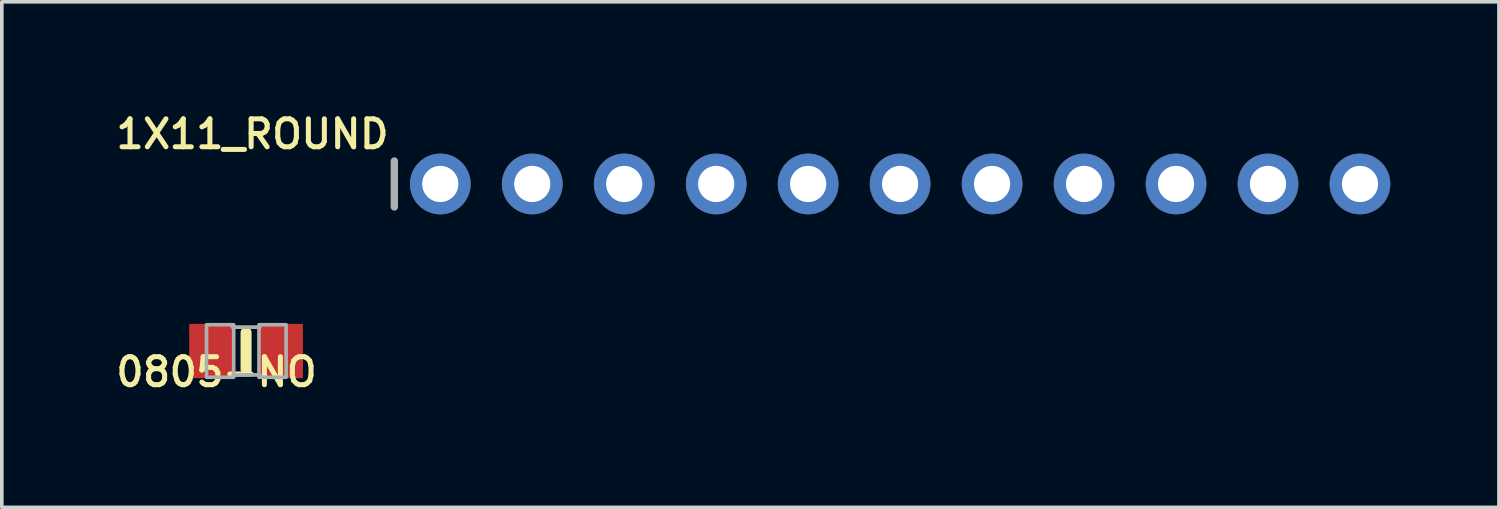
<source format=kicad_pcb>
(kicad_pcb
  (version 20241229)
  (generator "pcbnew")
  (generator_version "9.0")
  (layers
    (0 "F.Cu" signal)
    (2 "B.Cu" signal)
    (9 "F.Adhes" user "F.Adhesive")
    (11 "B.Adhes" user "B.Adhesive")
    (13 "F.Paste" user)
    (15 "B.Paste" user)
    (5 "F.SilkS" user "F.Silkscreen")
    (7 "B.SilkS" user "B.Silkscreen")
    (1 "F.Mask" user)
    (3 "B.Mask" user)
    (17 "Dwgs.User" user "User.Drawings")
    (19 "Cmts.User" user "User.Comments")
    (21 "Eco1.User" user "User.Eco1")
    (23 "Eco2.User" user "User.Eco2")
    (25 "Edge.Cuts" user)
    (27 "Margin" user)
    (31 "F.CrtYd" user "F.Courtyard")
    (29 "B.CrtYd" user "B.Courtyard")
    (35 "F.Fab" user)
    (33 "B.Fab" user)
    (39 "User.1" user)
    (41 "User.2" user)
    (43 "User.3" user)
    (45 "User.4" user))
  (footprint "0805-NO"
    (layer "F.Cu")
    (at 3.746 6.645)
    (property "Reference" "0805-NO" (at 2.032 0.127 180) (layer "F.SilkS") (effects (font (size 0.772 0.772) (thickness 0.139)) (justify right top)))
    (attr through_hole)
    (fp_line (start 0 -0.508) (end 0 0.508) (stroke (width 0.305) (type solid)) (layer "F.SilkS"))
    (fp_line (start -0.381 -0.66) (end 0.381 -0.66) (stroke (width 0.102) (type solid)) (layer "F.Fab"))
    (fp_line (start -0.356 0.66) (end 0.381 0.66) (stroke (width 0.102) (type solid)) (layer "F.Fab"))
    (fp_poly (pts (xy -1.092 0.724) (xy -0.342 0.724) (xy -0.342 -0.726) (xy -1.092 -0.726)) (stroke (width 0.1) (type solid)) (fill no) (layer "F.Fab"))
    (fp_poly (pts (xy 0.356 0.724) (xy 1.106 0.724) (xy 1.106 -0.726) (xy 0.356 -0.726)) (stroke (width 0.1) (type solid)) (fill no) (layer "F.Fab"))
    (pad "1" smd rect (at -0.95 0) (size 1.24 1.5) (layers "F.Cu" "F.Mask" "F.Paste"))
    (pad "2" smd rect (at 0.95 0) (size 1.24 1.5) (layers "F.Cu" "F.Mask" "F.Paste")))
  (footprint "1X11_ROUND"
    (layer "F.Cu")
    (at 21.81 2.031)
    (property "Reference" "1X11_ROUND" (at -14.046 -1.829 180) (layer "F.SilkS") (effects (font (size 0.772 0.772) (thickness 0.139)) (justify right top)))
    (attr through_hole)
    (fp_line (start -13.97 -0.635) (end -13.97 0.635) (stroke (width 0.203) (type solid)) (layer "F.Fab"))
    (fp_poly (pts (xy -12.954 0.254) (xy -12.446 0.254) (xy -12.446 -0.254) (xy -12.954 -0.254)) (stroke (width 0.1) (type solid)) (fill no) (layer "F.Fab"))
    (fp_poly (pts (xy -10.414 0.254) (xy -9.906 0.254) (xy -9.906 -0.254) (xy -10.414 -0.254)) (stroke (width 0.1) (type solid)) (fill no) (layer "F.Fab"))
    (fp_poly (pts (xy -7.874 0.254) (xy -7.366 0.254) (xy -7.366 -0.254) (xy -7.874 -0.254)) (stroke (width 0.1) (type solid)) (fill no) (layer "F.Fab"))
    (fp_poly (pts (xy -5.334 0.254) (xy -4.826 0.254) (xy -4.826 -0.254) (xy -5.334 -0.254)) (stroke (width 0.1) (type solid)) (fill no) (layer "F.Fab"))
    (fp_poly (pts (xy -2.794 0.254) (xy -2.286 0.254) (xy -2.286 -0.254) (xy -2.794 -0.254)) (stroke (width 0.1) (type solid)) (fill no) (layer "F.Fab"))
    (fp_poly (pts (xy -0.254 0.254) (xy 0.254 0.254) (xy 0.254 -0.254) (xy -0.254 -0.254)) (stroke (width 0.1) (type solid)) (fill no) (layer "F.Fab"))
    (fp_poly (pts (xy 2.286 0.254) (xy 2.794 0.254) (xy 2.794 -0.254) (xy 2.286 -0.254)) (stroke (width 0.1) (type solid)) (fill no) (layer "F.Fab"))
    (fp_poly (pts (xy 4.826 0.254) (xy 5.334 0.254) (xy 5.334 -0.254) (xy 4.826 -0.254)) (stroke (width 0.1) (type solid)) (fill no) (layer "F.Fab"))
    (fp_poly (pts (xy 7.366 0.254) (xy 7.874 0.254) (xy 7.874 -0.254) (xy 7.366 -0.254)) (stroke (width 0.1) (type solid)) (fill no) (layer "F.Fab"))
    (fp_poly (pts (xy 9.906 0.254) (xy 10.414 0.254) (xy 10.414 -0.254) (xy 9.906 -0.254)) (stroke (width 0.1) (type solid)) (fill no) (layer "F.Fab"))
    (fp_poly (pts (xy 12.446 0.254) (xy 12.954 0.254) (xy 12.954 -0.254) (xy 12.446 -0.254)) (stroke (width 0.1) (type solid)) (fill no) (layer "F.Fab"))
    (pad "1" thru_hole circle (at -12.7 0 90) (size 1.676 1.676) (drill 1) (layers "*.Cu" "*.Mask"))
    (pad "2" thru_hole circle (at -10.16 0 90) (size 1.676 1.676) (drill 1) (layers "*.Cu" "*.Mask"))
    (pad "3" thru_hole circle (at -7.62 0 90) (size 1.676 1.676) (drill 1) (layers "*.Cu" "*.Mask"))
    (pad "4" thru_hole circle (at -5.08 0 90) (size 1.676 1.676) (drill 1) (layers "*.Cu" "*.Mask"))
    (pad "5" thru_hole circle (at -2.54 0 90) (size 1.676 1.676) (drill 1) (layers "*.Cu" "*.Mask"))
    (pad "6" thru_hole circle (at 0 0 90) (size 1.676 1.676) (drill 1) (layers "*.Cu" "*.Mask"))
    (pad "7" thru_hole circle (at 2.54 0 90) (size 1.676 1.676) (drill 1) (layers "*.Cu" "*.Mask"))
    (pad "8" thru_hole circle (at 5.08 0 90) (size 1.676 1.676) (drill 1) (layers "*.Cu" "*.Mask"))
    (pad "9" thru_hole circle (at 7.62 0 90) (size 1.676 1.676) (drill 1) (layers "*.Cu" "*.Mask"))
    (pad "10" thru_hole circle (at 10.16 0 90) (size 1.676 1.676) (drill 1) (layers "*.Cu" "*.Mask"))
    (pad "11" thru_hole circle (at 12.7 0 90) (size 1.676 1.676) (drill 1) (layers "*.Cu" "*.Mask")))
  (gr_rect
    (start -3 -3)
    (end 38.348 10.961)
    (stroke (width 0.1) (type default))
    (fill no)
    (layer "Edge.Cuts")))
</source>
